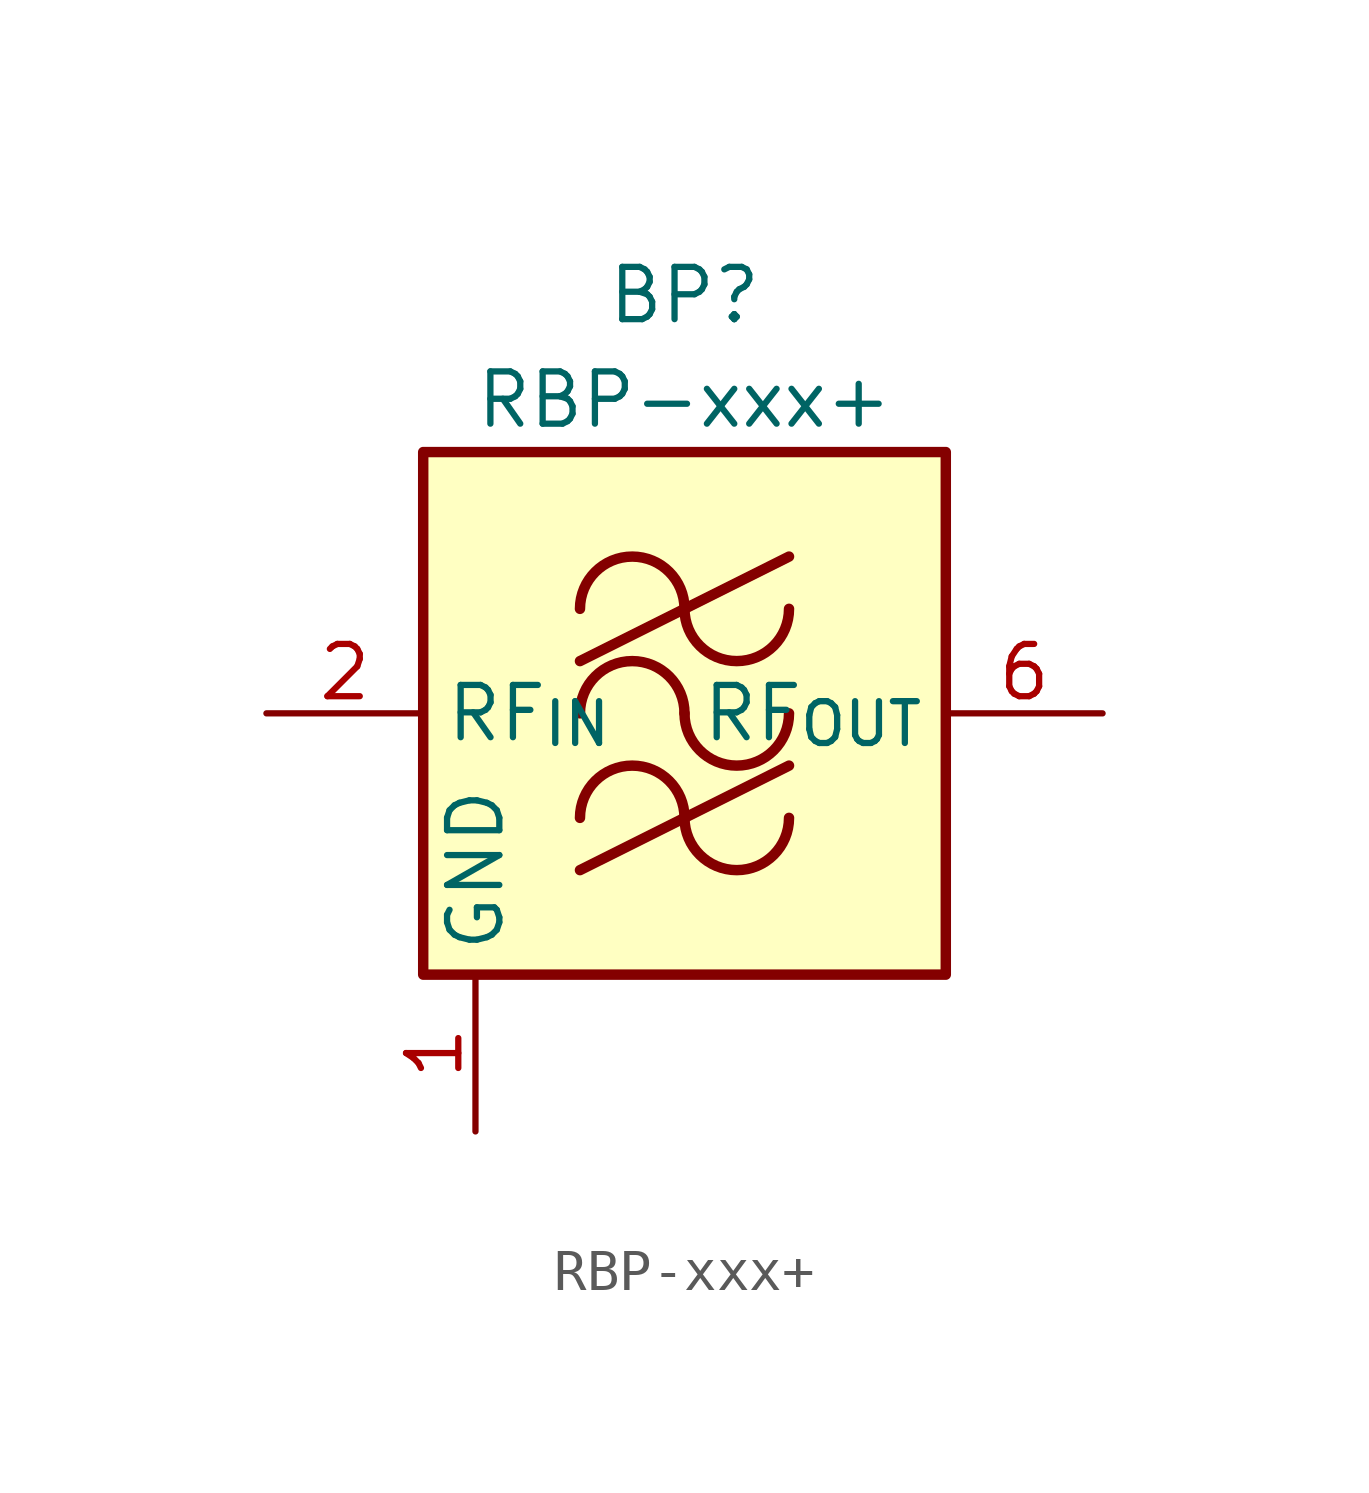
<source format=kicad_sym>
(kicad_symbol_lib
  (version 20220914)
  (generator kicad_symbol_editor)
  (symbol "RBP-xxx+"
    (property "Reference" "BP"
      (at 0 10.16 0)
      (effects (font (size 1.27 1.27))))
    (property "Value" "RBP-xxx+"
      (at 0 7.62 0)
      (effects (font (size 1.27 1.27))))
    (symbol "RBP-xxx+_0_1"
      (rectangle (start -6.35 6.35) (end 6.35 -6.35) (stroke (width 0.254) (type default)) (fill (type background)))
      (arc (start 0 -2.54) (mid -1.27 -1.2755) (end -2.54 -2.54) (stroke (width 0.254) (type default)) (fill (type none)))
      (arc (start 0 -2.54) (mid 1.27 -3.8045) (end 2.54 -2.54) (stroke (width 0.254) (type default)) (fill (type none)))
      (arc (start 0 0) (mid -1.27 1.2645) (end -2.54 0) (stroke (width 0.254) (type default)) (fill (type none)))
      (polyline (pts (xy -2.54 -3.81) (xy 2.54 -1.27)) (stroke (width 0.254) (type default)) (fill (type none)))
      (polyline (pts (xy -2.54 1.27) (xy 2.54 3.81)) (stroke (width 0.254) (type default)) (fill (type none)))
      (arc (start 0 0) (mid 1.27 -1.2645) (end 2.54 0) (stroke (width 0.254) (type default)) (fill (type none)))
      (arc (start 0 2.54) (mid -1.27 3.8045) (end -2.54 2.54) (stroke (width 0.254) (type default)) (fill (type none)))
      (arc (start 0 2.54) (mid 1.27 1.2755) (end 2.54 2.54) (stroke (width 0.254) (type default)) (fill (type none))))
    (symbol "RBP-xxx+_1_1"
      (pin power_in line (at -5.08 -10.16 90) (length 3.81) (name "GND" (effects (font (size 1.27 1.27)))) (number "1" (effects (font (size 1.27 1.27)))))
      (pin input line (at -10.16 0 0) (length 3.81) (name "RF_{IN}" (effects (font (size 1.27 1.27)))) (number "2" (effects (font (size 1.27 1.27)))))
      (pin passive line (at -5.08 -10.16 90) (length 3.81) hide (name "GND" (effects (font (size 1.27 1.27)))) (number "3" (effects (font (size 1.27 1.27)))))
      (pin passive line (at -5.08 -10.16 90) (length 3.81) hide (name "GND" (effects (font (size 1.27 1.27)))) (number "4" (effects (font (size 1.27 1.27)))))
      (pin passive line (at -5.08 -10.16 90) (length 3.81) hide (name "GND" (effects (font (size 1.27 1.27)))) (number "5" (effects (font (size 1.27 1.27)))))
      (pin output line (at 10.16 0 180) (length 3.81) (name "RF_{OUT}" (effects (font (size 1.27 1.27)))) (number "6" (effects (font (size 1.27 1.27)))))
      (pin passive line (at -5.08 -10.16 90) (length 3.81) hide (name "GND" (effects (font (size 1.27 1.27)))) (number "7" (effects (font (size 1.27 1.27)))))
      (pin passive line (at -5.08 -10.16 90) (length 3.81) hide (name "GND" (effects (font (size 1.27 1.27)))) (number "8" (effects (font (size 1.27 1.27))))))))
</source>
